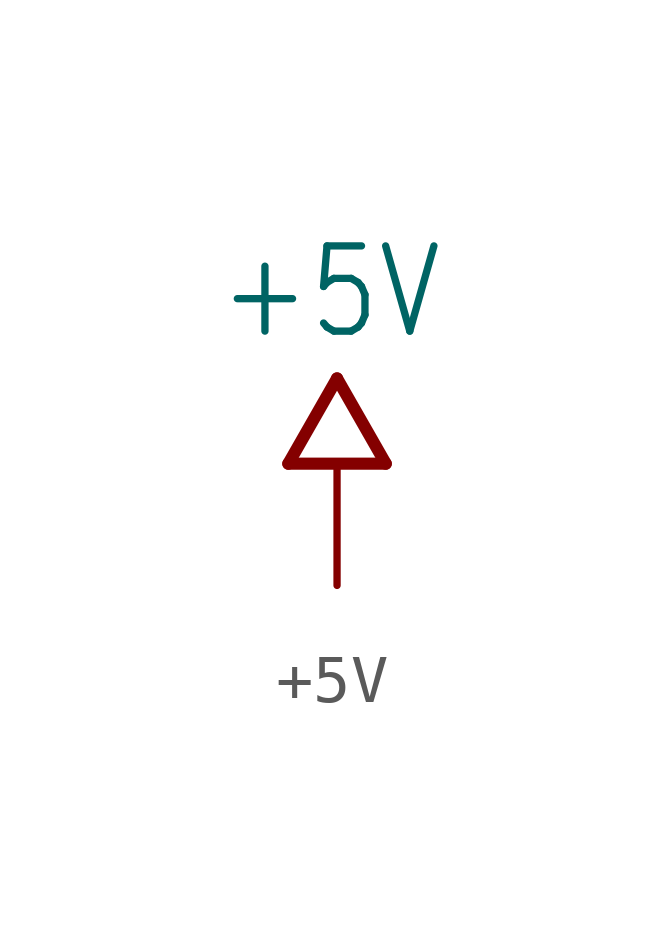
<source format=kicad_sym>
(kicad_symbol_lib
  (version 20211014)
  (generator kicad_symbol_editor)
  (symbol "+5V"
    (power)
    (property "Reference" ""
      (at 0 0 0)
      (effects (font (size 1.27 1.27)) hide))
    (property "Value" "+5V"
      (at -2.54 2.54 0)
      (effects (font (size 1.778 1.511)) (justify left bottom)))
    (property "ki_locked" ""
      (at 0 0 0)
      (effects (font (size 1.27 1.27))))
    (symbol "+5V_1_0"
      (polyline (pts (xy -1.016 0) (xy 1.016 0)) (stroke (width 0.254) (type default) (color 0 0 0 0)) (fill (type none)))
      (polyline (pts (xy 0 1.778) (xy -1.016 0)) (stroke (width 0.254) (type default) (color 0 0 0 0)) (fill (type none)))
      (polyline (pts (xy 1.016 0) (xy 0 1.778)) (stroke (width 0.254) (type default) (color 0 0 0 0)) (fill (type none)))
      (pin power_in line (at 0 -2.54 90) (length 2.54) (name "+5V" (effects (font (size 0 0)))) (number "1" (effects (font (size 0 0))))))))
</source>
